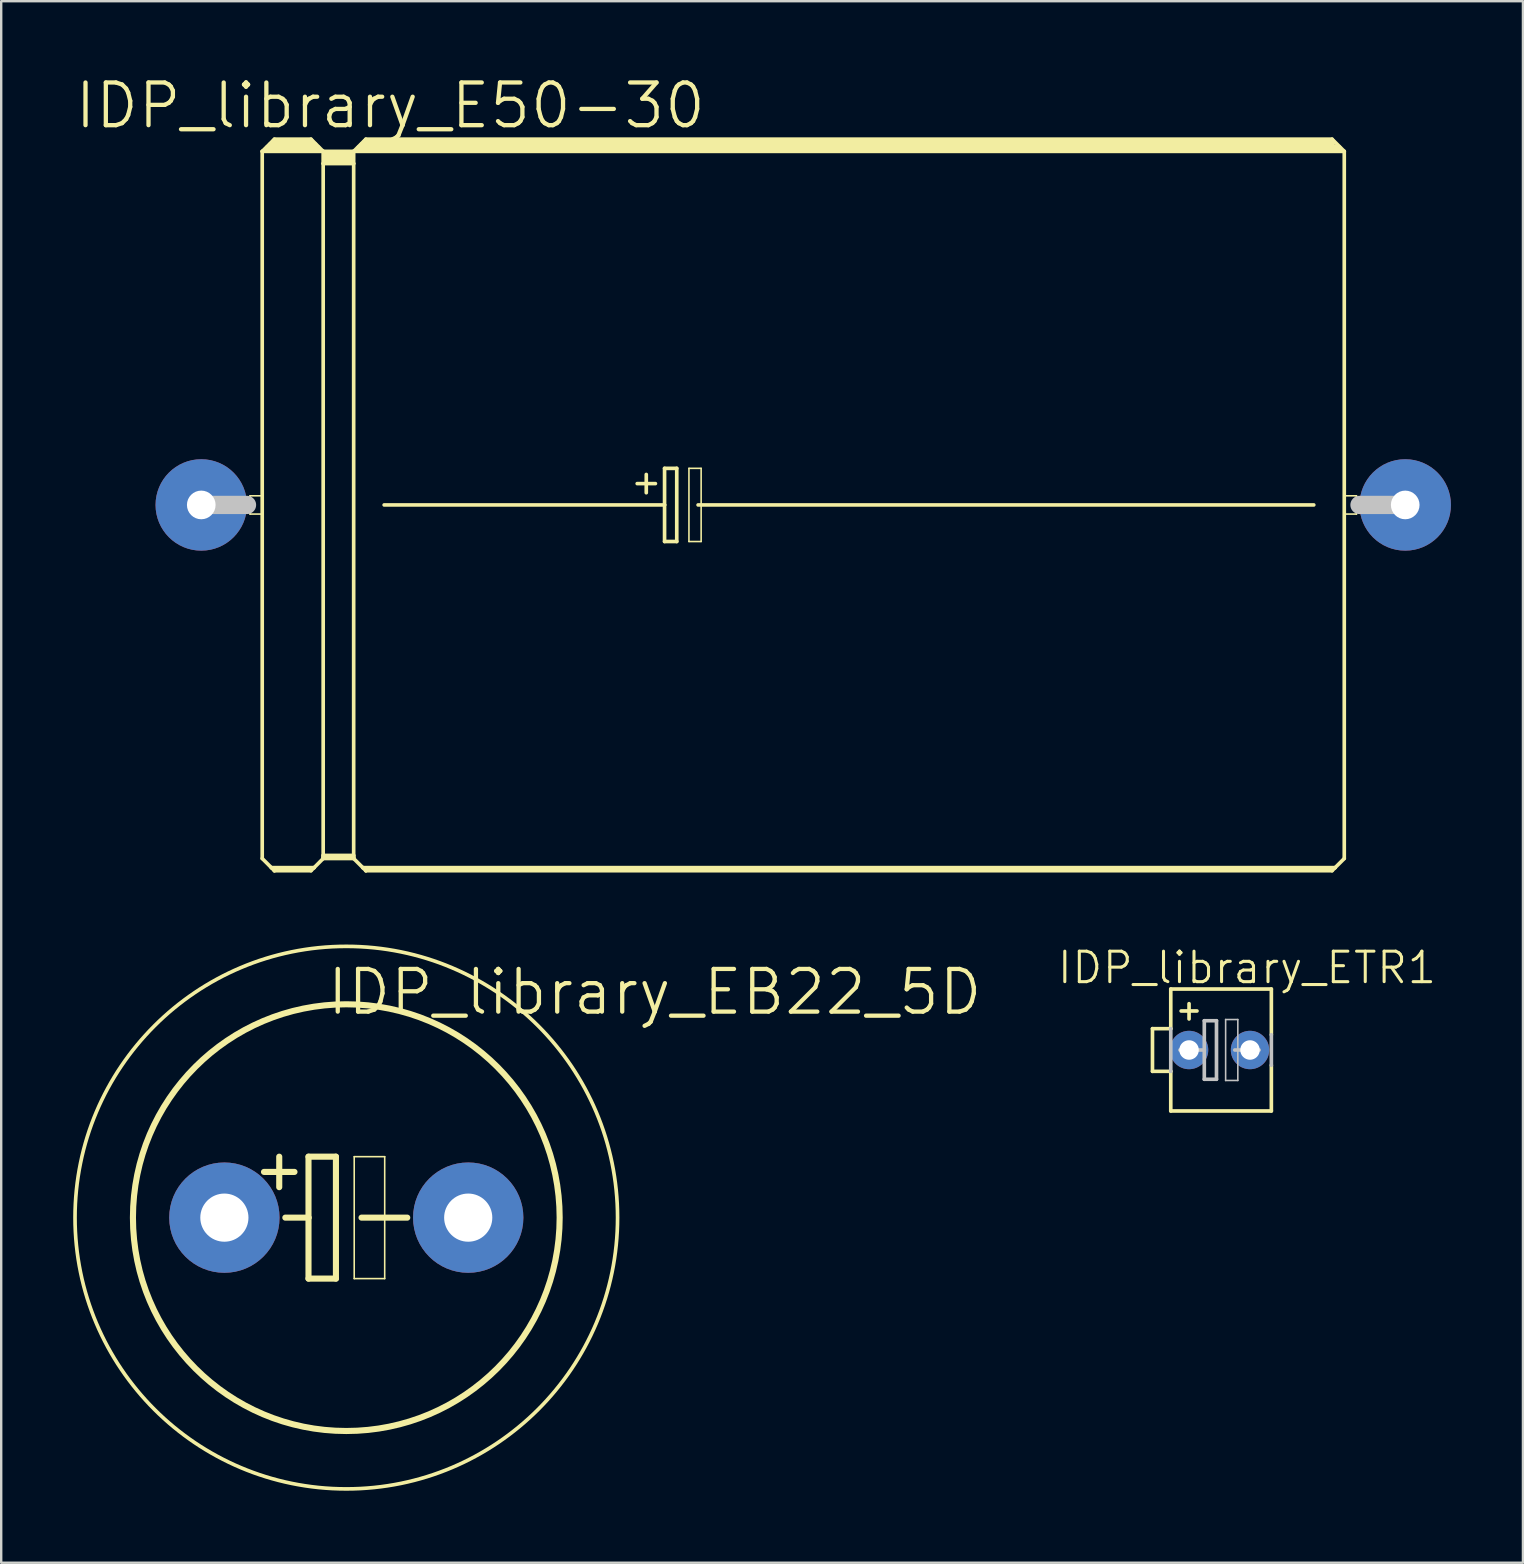
<source format=kicad_pcb>
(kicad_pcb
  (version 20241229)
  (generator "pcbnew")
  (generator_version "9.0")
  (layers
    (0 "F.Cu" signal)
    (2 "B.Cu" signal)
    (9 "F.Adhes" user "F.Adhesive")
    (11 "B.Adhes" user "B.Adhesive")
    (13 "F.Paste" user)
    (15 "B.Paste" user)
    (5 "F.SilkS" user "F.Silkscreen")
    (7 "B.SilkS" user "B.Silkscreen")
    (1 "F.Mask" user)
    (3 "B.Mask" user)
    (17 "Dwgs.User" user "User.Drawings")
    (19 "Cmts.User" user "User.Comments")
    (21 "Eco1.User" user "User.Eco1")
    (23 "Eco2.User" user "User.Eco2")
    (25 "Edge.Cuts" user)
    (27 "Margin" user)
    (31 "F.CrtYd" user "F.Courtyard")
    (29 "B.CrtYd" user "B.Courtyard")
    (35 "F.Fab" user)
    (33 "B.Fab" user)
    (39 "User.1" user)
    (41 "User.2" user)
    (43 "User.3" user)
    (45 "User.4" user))
  (footprint "IDP_library_ETR1"
    (layer "F.Cu")
    (at 47.764 40.7)
    (property "Reference" "IDP_library_ETR1" (at 1.143 -3.429 0) (layer "F.SilkS") (effects (font (size 1.27 1.27) (thickness 0.127))))
    (attr exclude_from_pos_files exclude_from_bom)
    (fp_line (start -2.794 -0.889) (end -2.794 0.889) (stroke (width 0.152) (type solid)) (layer "F.SilkS"))
    (fp_line (start -2.794 0.889) (end -2.032 0.889) (stroke (width 0.152) (type solid)) (layer "F.SilkS"))
    (fp_line (start -2.032 -0.889) (end -2.794 -0.889) (stroke (width 0.152) (type solid)) (layer "F.SilkS"))
    (fp_line (start -2.032 -0.889) (end -2.032 -2.54) (stroke (width 0.152) (type solid)) (layer "F.SilkS"))
    (fp_line (start -2.032 2.54) (end -2.032 0.889) (stroke (width 0.152) (type solid)) (layer "F.SilkS"))
    (fp_line (start -2.032 2.54) (end 2.159 2.54) (stroke (width 0.152) (type solid)) (layer "F.SilkS"))
    (fp_line (start -1.27 -1.93) (end -1.27 -1.293) (stroke (width 0.152) (type solid)) (layer "F.SilkS"))
    (fp_line (start -0.94 -1.626) (end -1.6 -1.626) (stroke (width 0.152) (type solid)) (layer "F.SilkS"))
    (fp_line (start 2.159 -2.54) (end -2.032 -2.54) (stroke (width 0.152) (type solid)) (layer "F.SilkS"))
    (fp_line (start 2.159 -2.54) (end 2.159 -0.635) (stroke (width 0.152) (type solid)) (layer "F.SilkS"))
    (fp_line (start 2.159 0.635) (end 2.159 2.54) (stroke (width 0.152) (type solid)) (layer "F.SilkS"))
    (fp_line (start -2.032 0.889) (end -2.032 -0.889) (stroke (width 0.152) (type solid)) (layer "Dwgs.User"))
    (fp_line (start -1.651 0) (end -0.635 0) (stroke (width 0.152) (type solid)) (layer "Dwgs.User"))
    (fp_line (start -0.635 -1.219) (end -0.635 0) (stroke (width 0.152) (type solid)) (layer "Dwgs.User"))
    (fp_line (start -0.635 0) (end -0.635 1.219) (stroke (width 0.152) (type solid)) (layer "Dwgs.User"))
    (fp_line (start -0.635 1.219) (end -0.127 1.219) (stroke (width 0.152) (type solid)) (layer "Dwgs.User"))
    (fp_line (start -0.127 -1.219) (end -0.635 -1.219) (stroke (width 0.152) (type solid)) (layer "Dwgs.User"))
    (fp_line (start -0.127 1.219) (end -0.127 -1.219) (stroke (width 0.152) (type solid)) (layer "Dwgs.User"))
    (fp_line (start 0.254 -1.27) (end 0.762 -1.27) (stroke (width 0.066) (type solid)) (layer "Dwgs.User"))
    (fp_line (start 0.254 1.27) (end 0.254 -1.27) (stroke (width 0.066) (type solid)) (layer "Dwgs.User"))
    (fp_line (start 0.254 1.27) (end 0.762 1.27) (stroke (width 0.066) (type solid)) (layer "Dwgs.User"))
    (fp_line (start 0.635 0) (end 1.651 0) (stroke (width 0.152) (type solid)) (layer "Dwgs.User"))
    (fp_line (start 0.762 1.27) (end 0.762 -1.27) (stroke (width 0.066) (type solid)) (layer "Dwgs.User"))
    (fp_line (start 2.159 -0.635) (end 2.159 0.635) (stroke (width 0.152) (type solid)) (layer "Dwgs.User"))
    (pad "+" thru_hole circle (at -1.27 0) (size 1.6 1.6) (drill 0.813) (layers "*.Cu" "*.Paste" "*.Mask"))
    (pad "-" thru_hole circle (at 1.27 0) (size 1.6 1.6) (drill 0.813) (layers "*.Cu" "*.Paste" "*.Mask")))
  (footprint "IDP_library_E50-30"
    (layer "F.Cu")
    (at 30.736 17.989)
    (property "Reference" "IDP_library_E50-30" (at -17.523 -16.637 0) (layer "F.SilkS") (effects (font (size 1.778 1.778) (thickness 0.178))))
    (attr exclude_from_pos_files exclude_from_bom)
    (fp_line (start -23.368 -0.381) (end -22.86 -0.381) (stroke (width 0.066) (type solid)) (layer "F.SilkS"))
    (fp_line (start -23.368 0.381) (end -23.368 -0.381) (stroke (width 0.066) (type solid)) (layer "F.SilkS"))
    (fp_line (start -23.368 0.381) (end -22.86 0.381) (stroke (width 0.066) (type solid)) (layer "F.SilkS"))
    (fp_line (start -22.86 -14.732) (end -22.86 14.732) (stroke (width 0.152) (type solid)) (layer "F.SilkS"))
    (fp_line (start -22.86 -14.732) (end -22.352 -15.24) (stroke (width 0.152) (type solid)) (layer "F.SilkS"))
    (fp_line (start -22.86 -14.732) (end -20.32 -14.732) (stroke (width 0.152) (type solid)) (layer "F.SilkS"))
    (fp_line (start -22.86 0.381) (end -22.86 -0.381) (stroke (width 0.066) (type solid)) (layer "F.SilkS"))
    (fp_line (start -22.86 14.732) (end -22.479 15.113) (stroke (width 0.152) (type solid)) (layer "F.SilkS"))
    (fp_line (start -22.606 -14.859) (end -22.479 -14.859) (stroke (width 0.305) (type solid)) (layer "F.SilkS"))
    (fp_line (start -22.479 -14.859) (end -22.479 -14.986) (stroke (width 0.305) (type solid)) (layer "F.SilkS"))
    (fp_line (start -22.479 -14.859) (end -20.698 -14.859) (stroke (width 0.305) (type solid)) (layer "F.SilkS"))
    (fp_line (start -22.479 15.113) (end -22.352 15.24) (stroke (width 0.152) (type solid)) (layer "F.SilkS"))
    (fp_line (start -22.479 15.113) (end -20.698 15.113) (stroke (width 0.152) (type solid)) (layer "F.SilkS"))
    (fp_line (start -22.352 -15.24) (end -20.828 -15.24) (stroke (width 0.152) (type solid)) (layer "F.SilkS"))
    (fp_line (start -22.352 -15.113) (end -20.828 -15.113) (stroke (width 0.305) (type solid)) (layer "F.SilkS"))
    (fp_line (start -22.352 15.189) (end -20.828 15.189) (stroke (width 0.152) (type solid)) (layer "F.SilkS"))
    (fp_line (start -22.352 15.24) (end -22.352 15.189) (stroke (width 0.152) (type solid)) (layer "F.SilkS"))
    (fp_line (start -22.352 15.24) (end -20.828 15.24) (stroke (width 0.152) (type solid)) (layer "F.SilkS"))
    (fp_line (start -20.698 -14.859) (end -20.698 -14.986) (stroke (width 0.305) (type solid)) (layer "F.SilkS"))
    (fp_line (start -20.698 -14.859) (end -20.574 -14.859) (stroke (width 0.305) (type solid)) (layer "F.SilkS"))
    (fp_line (start -20.698 15.113) (end -20.828 15.24) (stroke (width 0.152) (type solid)) (layer "F.SilkS"))
    (fp_line (start -20.32 -14.732) (end -20.828 -15.24) (stroke (width 0.152) (type solid)) (layer "F.SilkS"))
    (fp_line (start -20.32 -14.732) (end -20.32 -14.224) (stroke (width 0.152) (type solid)) (layer "F.SilkS"))
    (fp_line (start -20.32 -14.732) (end -19.05 -14.732) (stroke (width 0.152) (type solid)) (layer "F.SilkS"))
    (fp_line (start -20.32 -14.224) (end -20.32 14.605) (stroke (width 0.152) (type solid)) (layer "F.SilkS"))
    (fp_line (start -20.32 -14.224) (end -19.05 -14.224) (stroke (width 0.152) (type solid)) (layer "F.SilkS"))
    (fp_line (start -20.32 14.605) (end -20.32 14.681) (stroke (width 0.152) (type solid)) (layer "F.SilkS"))
    (fp_line (start -20.32 14.605) (end -19.05 14.605) (stroke (width 0.152) (type solid)) (layer "F.SilkS"))
    (fp_line (start -20.32 14.681) (end -20.32 14.732) (stroke (width 0.152) (type solid)) (layer "F.SilkS"))
    (fp_line (start -20.32 14.681) (end -19.05 14.681) (stroke (width 0.152) (type solid)) (layer "F.SilkS"))
    (fp_line (start -20.32 14.732) (end -20.698 15.113) (stroke (width 0.152) (type solid)) (layer "F.SilkS"))
    (fp_line (start -20.32 14.732) (end -19.05 14.732) (stroke (width 0.152) (type solid)) (layer "F.SilkS"))
    (fp_line (start -20.193 -14.605) (end -19.177 -14.605) (stroke (width 0.305) (type solid)) (layer "F.SilkS"))
    (fp_line (start -20.193 -14.348) (end -19.177 -14.348) (stroke (width 0.305) (type solid)) (layer "F.SilkS"))
    (fp_line (start -19.05 -14.732) (end -19.05 -14.224) (stroke (width 0.152) (type solid)) (layer "F.SilkS"))
    (fp_line (start -19.05 -14.732) (end 22.225 -14.732) (stroke (width 0.152) (type solid)) (layer "F.SilkS"))
    (fp_line (start -19.05 -14.224) (end -19.05 14.605) (stroke (width 0.152) (type solid)) (layer "F.SilkS"))
    (fp_line (start -19.05 14.605) (end -19.05 14.681) (stroke (width 0.152) (type solid)) (layer "F.SilkS"))
    (fp_line (start -19.05 14.681) (end -19.05 14.732) (stroke (width 0.152) (type solid)) (layer "F.SilkS"))
    (fp_line (start -19.05 14.732) (end -18.669 15.113) (stroke (width 0.152) (type solid)) (layer "F.SilkS"))
    (fp_line (start -18.796 -14.859) (end -18.669 -14.859) (stroke (width 0.305) (type solid)) (layer "F.SilkS"))
    (fp_line (start -18.669 -14.859) (end -18.669 -14.986) (stroke (width 0.305) (type solid)) (layer "F.SilkS"))
    (fp_line (start -18.669 -14.859) (end 21.971 -14.859) (stroke (width 0.305) (type solid)) (layer "F.SilkS"))
    (fp_line (start -18.669 15.113) (end -18.542 15.24) (stroke (width 0.152) (type solid)) (layer "F.SilkS"))
    (fp_line (start -18.669 15.113) (end 21.844 15.113) (stroke (width 0.152) (type solid)) (layer "F.SilkS"))
    (fp_line (start -18.542 -15.24) (end -19.05 -14.732) (stroke (width 0.152) (type solid)) (layer "F.SilkS"))
    (fp_line (start -18.542 -15.24) (end 21.717 -15.24) (stroke (width 0.152) (type solid)) (layer "F.SilkS"))
    (fp_line (start -18.542 -15.113) (end 21.717 -15.113) (stroke (width 0.305) (type solid)) (layer "F.SilkS"))
    (fp_line (start -18.542 15.189) (end 21.717 15.189) (stroke (width 0.152) (type solid)) (layer "F.SilkS"))
    (fp_line (start -18.542 15.24) (end -18.542 15.189) (stroke (width 0.152) (type solid)) (layer "F.SilkS"))
    (fp_line (start -17.78 0) (end -6.096 0) (stroke (width 0.152) (type solid)) (layer "F.SilkS"))
    (fp_line (start -7.236 -0.889) (end -6.477 -0.889) (stroke (width 0.152) (type solid)) (layer "F.SilkS"))
    (fp_line (start -6.858 -1.27) (end -6.858 -0.508) (stroke (width 0.152) (type solid)) (layer "F.SilkS"))
    (fp_line (start -6.096 -1.524) (end -6.096 0) (stroke (width 0.152) (type solid)) (layer "F.SilkS"))
    (fp_line (start -6.096 0) (end -6.096 1.524) (stroke (width 0.152) (type solid)) (layer "F.SilkS"))
    (fp_line (start -6.096 1.524) (end -5.588 1.524) (stroke (width 0.152) (type solid)) (layer "F.SilkS"))
    (fp_line (start -5.588 -1.524) (end -6.096 -1.524) (stroke (width 0.152) (type solid)) (layer "F.SilkS"))
    (fp_line (start -5.588 1.524) (end -5.588 -1.524) (stroke (width 0.152) (type solid)) (layer "F.SilkS"))
    (fp_line (start -5.08 -1.524) (end -4.572 -1.524) (stroke (width 0.066) (type solid)) (layer "F.SilkS"))
    (fp_line (start -5.08 1.524) (end -5.08 -1.524) (stroke (width 0.066) (type solid)) (layer "F.SilkS"))
    (fp_line (start -5.08 1.524) (end -4.572 1.524) (stroke (width 0.066) (type solid)) (layer "F.SilkS"))
    (fp_line (start -4.699 0) (end 20.955 0) (stroke (width 0.152) (type solid)) (layer "F.SilkS"))
    (fp_line (start -4.572 1.524) (end -4.572 -1.524) (stroke (width 0.066) (type solid)) (layer "F.SilkS"))
    (fp_line (start 21.717 -15.24) (end 22.225 -14.732) (stroke (width 0.152) (type solid)) (layer "F.SilkS"))
    (fp_line (start 21.717 15.24) (end -18.542 15.24) (stroke (width 0.152) (type solid)) (layer "F.SilkS"))
    (fp_line (start 21.844 15.113) (end 21.717 15.24) (stroke (width 0.152) (type solid)) (layer "F.SilkS"))
    (fp_line (start 22.225 -14.732) (end 22.225 14.732) (stroke (width 0.152) (type solid)) (layer "F.SilkS"))
    (fp_line (start 22.225 -0.381) (end 22.733 -0.381) (stroke (width 0.066) (type solid)) (layer "F.SilkS"))
    (fp_line (start 22.225 0.381) (end 22.225 -0.381) (stroke (width 0.066) (type solid)) (layer "F.SilkS"))
    (fp_line (start 22.225 0.381) (end 22.733 0.381) (stroke (width 0.066) (type solid)) (layer "F.SilkS"))
    (fp_line (start 22.225 14.732) (end 21.844 15.113) (stroke (width 0.152) (type solid)) (layer "F.SilkS"))
    (fp_line (start 22.733 0.381) (end 22.733 -0.381) (stroke (width 0.066) (type solid)) (layer "F.SilkS"))
    (fp_line (start -25.4 0) (end -23.495 0) (stroke (width 0.762) (type solid)) (layer "Dwgs.User"))
    (fp_line (start 24.765 0) (end 22.86 0) (stroke (width 0.762) (type solid)) (layer "Dwgs.User"))
    (pad "+" thru_hole circle (at -25.4 0) (size 3.81 3.81) (drill 1.194) (layers "*.Cu" "*.Paste" "*.Mask"))
    (pad "-" thru_hole circle (at 24.765 0) (size 3.81 3.81) (drill 1.194) (layers "*.Cu" "*.Paste" "*.Mask")))
  (footprint "IDP_library_EB22_5D"
    (layer "F.Cu")
    (at 11.379 47.685)
    (property "Reference" "IDP_library_EB22_5D" (at 12.852 -9.398 0) (layer "F.SilkS") (effects (font (size 1.778 1.778) (thickness 0.178))))
    (attr exclude_from_pos_files exclude_from_bom)
    (fp_line (start -2.794 -2.54) (end -2.794 -1.27) (stroke (width 0.254) (type solid)) (layer "F.SilkS"))
    (fp_line (start -2.54 0) (end -1.575 0) (stroke (width 0.254) (type solid)) (layer "F.SilkS"))
    (fp_line (start -2.159 -1.905) (end -3.429 -1.905) (stroke (width 0.254) (type solid)) (layer "F.SilkS"))
    (fp_line (start -1.575 -2.54) (end -0.432 -2.54) (stroke (width 0.254) (type solid)) (layer "F.SilkS"))
    (fp_line (start -1.575 0) (end -1.575 -2.54) (stroke (width 0.254) (type solid)) (layer "F.SilkS"))
    (fp_line (start -1.575 2.54) (end -1.575 0) (stroke (width 0.254) (type solid)) (layer "F.SilkS"))
    (fp_line (start -0.432 -2.54) (end -0.432 2.54) (stroke (width 0.254) (type solid)) (layer "F.SilkS"))
    (fp_line (start -0.432 2.54) (end -1.575 2.54) (stroke (width 0.254) (type solid)) (layer "F.SilkS"))
    (fp_line (start 0.33 -2.54) (end 1.6 -2.54) (stroke (width 0.066) (type solid)) (layer "F.SilkS"))
    (fp_line (start 0.33 2.54) (end 0.33 -2.54) (stroke (width 0.066) (type solid)) (layer "F.SilkS"))
    (fp_line (start 0.33 2.54) (end 1.6 2.54) (stroke (width 0.066) (type solid)) (layer "F.SilkS"))
    (fp_line (start 0.635 0) (end 2.54 0) (stroke (width 0.254) (type solid)) (layer "F.SilkS"))
    (fp_line (start 1.6 2.54) (end 1.6 -2.54) (stroke (width 0.066) (type solid)) (layer "F.SilkS"))
    (fp_circle (center 0 0) (end 0 -11.303) (stroke (width 0.152) (type solid)) (fill no) (layer "F.SilkS"))
    (fp_circle (center 0 0) (end 0 -8.89) (stroke (width 0.254) (type solid)) (fill no) (layer "F.SilkS"))
    (pad "+" thru_hole circle (at -5.08 0) (size 4.597 4.597) (drill 2.007) (layers "*.Cu" "*.Paste" "*.Mask"))
    (pad "-" thru_hole circle (at 5.08 0) (size 4.597 4.597) (drill 2.007) (layers "*.Cu" "*.Paste" "*.Mask")))
  (gr_rect
    (start -3 -3)
    (end 60.406 62.064)
    (stroke (width 0.1) (type default))
    (fill no)
    (layer "Edge.Cuts")))
</source>
